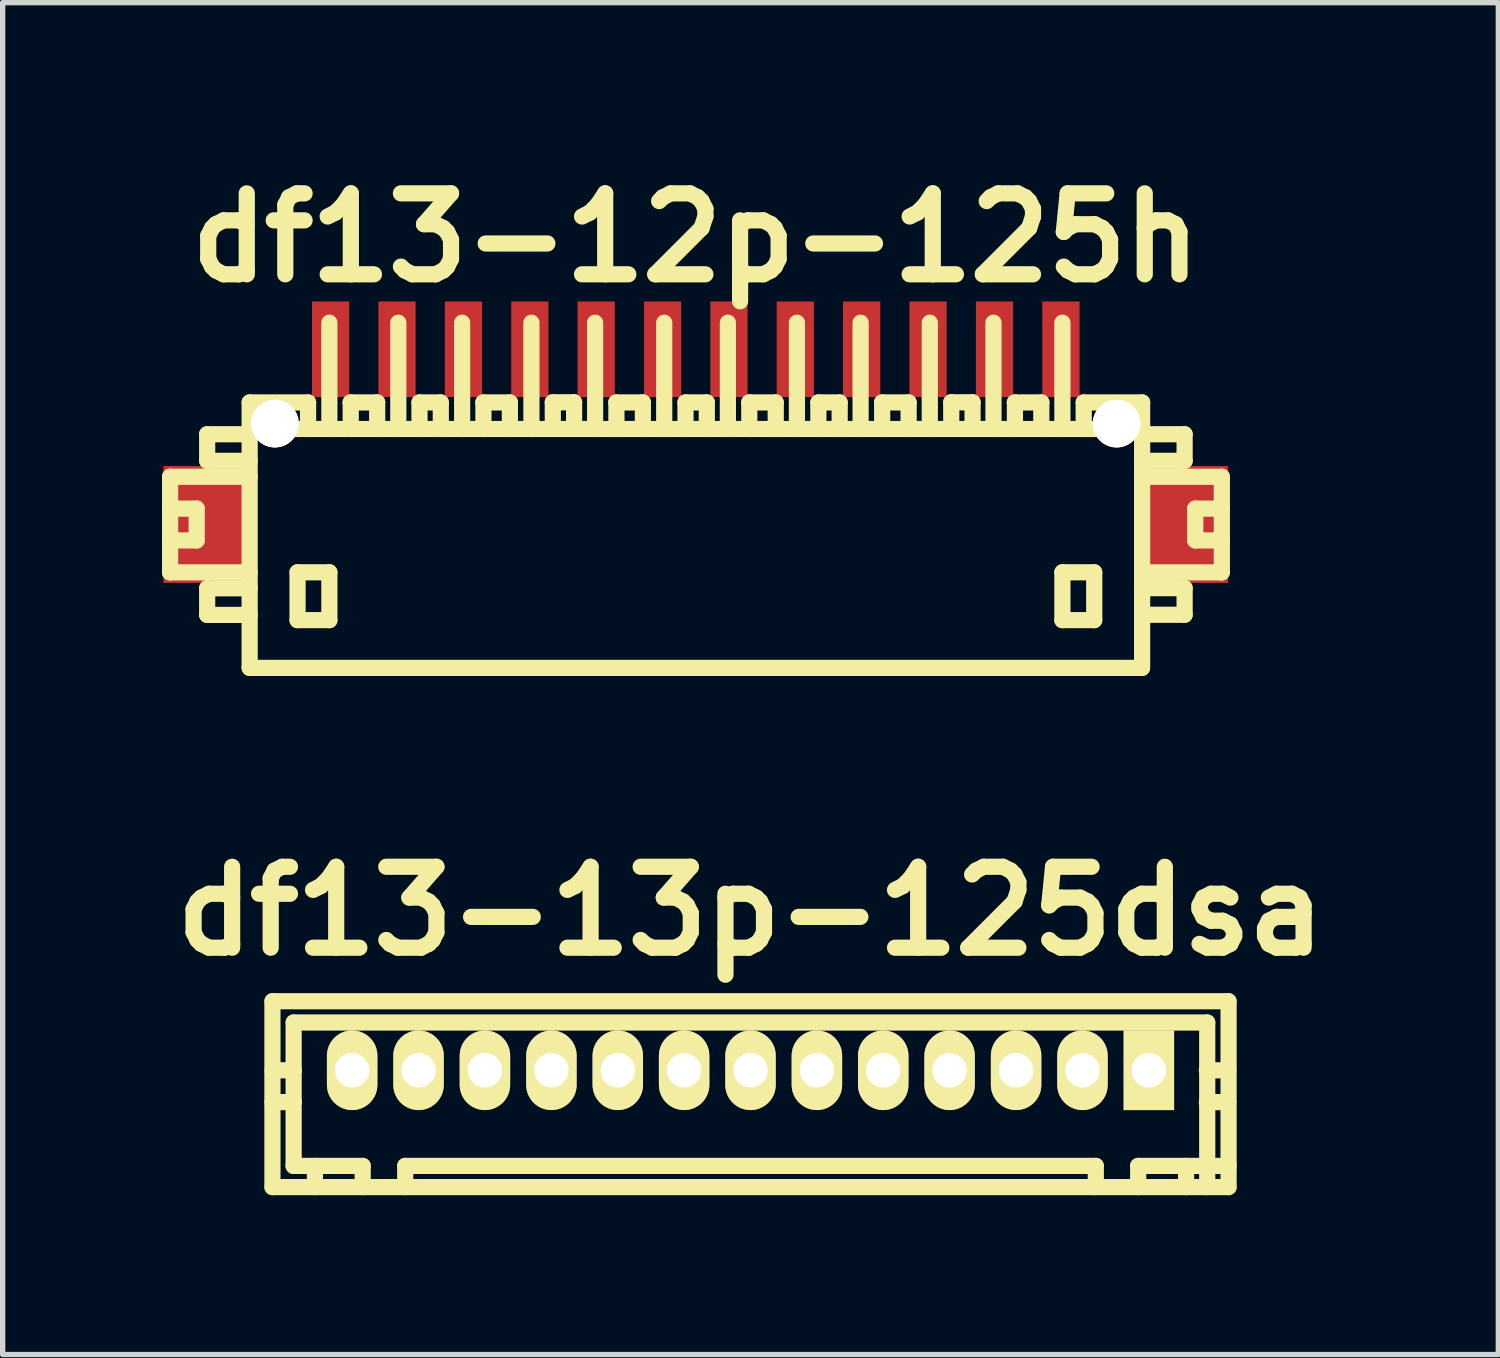
<source format=kicad_pcb>
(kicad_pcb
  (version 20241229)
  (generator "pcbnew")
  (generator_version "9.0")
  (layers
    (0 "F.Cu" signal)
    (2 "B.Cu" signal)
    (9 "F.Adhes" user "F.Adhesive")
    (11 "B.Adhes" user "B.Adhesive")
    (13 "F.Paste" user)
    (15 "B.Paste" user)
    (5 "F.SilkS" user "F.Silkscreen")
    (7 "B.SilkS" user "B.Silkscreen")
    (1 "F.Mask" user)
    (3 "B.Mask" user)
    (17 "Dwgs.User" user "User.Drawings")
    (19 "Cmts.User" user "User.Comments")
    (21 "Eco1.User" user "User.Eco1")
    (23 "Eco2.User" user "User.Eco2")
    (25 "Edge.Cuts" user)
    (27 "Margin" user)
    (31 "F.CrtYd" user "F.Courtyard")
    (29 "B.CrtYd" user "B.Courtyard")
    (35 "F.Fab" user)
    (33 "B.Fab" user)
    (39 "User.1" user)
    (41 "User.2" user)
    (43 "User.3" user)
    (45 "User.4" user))
  (footprint "df13-13p-125dsa"
    (layer "F.Cu")
    (at 11.082 17.103)
    (property "Reference" "df13-13p-125dsa" (at 0 -2.997 0) (layer "F.SilkS") (effects (font (size 1.524 1.524) (thickness 0.305))))
    (attr through_hole)
    (fp_line (start -9.002 2.2) (end -9.002 -1.3) (stroke (width 0.305) (type solid)) (layer "F.SilkS"))
    (fp_line (start -8.999 -1.3) (end 8.999 -1.3) (stroke (width 0.305) (type solid)) (layer "F.SilkS"))
    (fp_line (start -8.999 2.2) (end 8.999 2.2) (stroke (width 0.305) (type solid)) (layer "F.SilkS"))
    (fp_line (start -8.603 -0.899) (end -8.603 1.801) (stroke (width 0.305) (type solid)) (layer "F.SilkS"))
    (fp_line (start -8.598 0) (end -8.999 0) (stroke (width 0.305) (type solid)) (layer "F.SilkS"))
    (fp_line (start -8.598 0.599) (end -8.999 0.599) (stroke (width 0.305) (type solid)) (layer "F.SilkS"))
    (fp_line (start -8.202 1.801) (end -8.202 2.2) (stroke (width 0.305) (type solid)) (layer "F.SilkS"))
    (fp_line (start -7.6 -0.099) (end -7.6 0.099) (stroke (width 0.305) (type solid)) (layer "F.SilkS"))
    (fp_line (start -7.6 0.099) (end -7.399 0.099) (stroke (width 0.305) (type solid)) (layer "F.SilkS"))
    (fp_line (start -7.399 -0.099) (end -7.6 -0.099) (stroke (width 0.305) (type solid)) (layer "F.SilkS"))
    (fp_line (start -7.399 0.099) (end -7.399 -0.099) (stroke (width 0.305) (type solid)) (layer "F.SilkS"))
    (fp_line (start -7.303 1.801) (end -8.603 1.801) (stroke (width 0.305) (type solid)) (layer "F.SilkS"))
    (fp_line (start -7.303 1.801) (end -7.303 2.2) (stroke (width 0.305) (type solid)) (layer "F.SilkS"))
    (fp_line (start -6.502 2.2) (end -6.502 1.801) (stroke (width 0.305) (type solid)) (layer "F.SilkS"))
    (fp_line (start -6.299 -0.099) (end -6.299 0.099) (stroke (width 0.305) (type solid)) (layer "F.SilkS"))
    (fp_line (start -6.299 0.099) (end -6.101 0.099) (stroke (width 0.305) (type solid)) (layer "F.SilkS"))
    (fp_line (start -6.101 -0.099) (end -6.299 -0.099) (stroke (width 0.305) (type solid)) (layer "F.SilkS"))
    (fp_line (start -6.101 0.099) (end -6.101 -0.099) (stroke (width 0.305) (type solid)) (layer "F.SilkS"))
    (fp_line (start -5.1 -0.099) (end -5.1 0.099) (stroke (width 0.305) (type solid)) (layer "F.SilkS"))
    (fp_line (start -5.1 0.099) (end -4.9 0.099) (stroke (width 0.305) (type solid)) (layer "F.SilkS"))
    (fp_line (start -4.9 -0.099) (end -5.1 -0.099) (stroke (width 0.305) (type solid)) (layer "F.SilkS"))
    (fp_line (start -4.9 0.099) (end -4.9 -0.099) (stroke (width 0.305) (type solid)) (layer "F.SilkS"))
    (fp_line (start -3.8 -0.099) (end -3.8 0.099) (stroke (width 0.305) (type solid)) (layer "F.SilkS"))
    (fp_line (start -3.8 0.099) (end -3.599 0.099) (stroke (width 0.305) (type solid)) (layer "F.SilkS"))
    (fp_line (start -3.599 -0.099) (end -3.8 -0.099) (stroke (width 0.305) (type solid)) (layer "F.SilkS"))
    (fp_line (start -3.599 0.099) (end -3.599 -0.099) (stroke (width 0.305) (type solid)) (layer "F.SilkS"))
    (fp_line (start -2.601 -0.099) (end -2.601 0.099) (stroke (width 0.305) (type solid)) (layer "F.SilkS"))
    (fp_line (start -2.601 0.099) (end -2.4 0.099) (stroke (width 0.305) (type solid)) (layer "F.SilkS"))
    (fp_line (start -2.4 -0.099) (end -2.601 -0.099) (stroke (width 0.305) (type solid)) (layer "F.SilkS"))
    (fp_line (start -2.4 0.099) (end -2.4 -0.099) (stroke (width 0.305) (type solid)) (layer "F.SilkS"))
    (fp_line (start -1.3 -0.099) (end -1.3 0.099) (stroke (width 0.305) (type solid)) (layer "F.SilkS"))
    (fp_line (start -1.3 0.099) (end -1.1 0.099) (stroke (width 0.305) (type solid)) (layer "F.SilkS"))
    (fp_line (start -1.1 -0.099) (end -1.3 -0.099) (stroke (width 0.305) (type solid)) (layer "F.SilkS"))
    (fp_line (start -1.1 0.099) (end -1.1 -0.099) (stroke (width 0.305) (type solid)) (layer "F.SilkS"))
    (fp_line (start -0.099 -0.099) (end 0.099 -0.099) (stroke (width 0.305) (type solid)) (layer "F.SilkS"))
    (fp_line (start -0.099 0.099) (end -0.099 -0.099) (stroke (width 0.305) (type solid)) (layer "F.SilkS"))
    (fp_line (start 0.099 -0.099) (end 0.099 0.099) (stroke (width 0.305) (type solid)) (layer "F.SilkS"))
    (fp_line (start 0.099 0.099) (end -0.099 0.099) (stroke (width 0.305) (type solid)) (layer "F.SilkS"))
    (fp_line (start 1.1 -0.099) (end 1.3 -0.099) (stroke (width 0.305) (type solid)) (layer "F.SilkS"))
    (fp_line (start 1.1 0.099) (end 1.1 -0.099) (stroke (width 0.305) (type solid)) (layer "F.SilkS"))
    (fp_line (start 1.3 -0.099) (end 1.3 0.099) (stroke (width 0.305) (type solid)) (layer "F.SilkS"))
    (fp_line (start 1.3 0.099) (end 1.1 0.099) (stroke (width 0.305) (type solid)) (layer "F.SilkS"))
    (fp_line (start 2.4 -0.099) (end 2.601 -0.099) (stroke (width 0.305) (type solid)) (layer "F.SilkS"))
    (fp_line (start 2.4 0.099) (end 2.4 -0.099) (stroke (width 0.305) (type solid)) (layer "F.SilkS"))
    (fp_line (start 2.601 -0.099) (end 2.601 0.099) (stroke (width 0.305) (type solid)) (layer "F.SilkS"))
    (fp_line (start 2.601 0.099) (end 2.4 0.099) (stroke (width 0.305) (type solid)) (layer "F.SilkS"))
    (fp_line (start 3.599 -0.099) (end 3.8 -0.099) (stroke (width 0.305) (type solid)) (layer "F.SilkS"))
    (fp_line (start 3.599 0.099) (end 3.599 -0.099) (stroke (width 0.305) (type solid)) (layer "F.SilkS"))
    (fp_line (start 3.8 -0.099) (end 3.8 0.099) (stroke (width 0.305) (type solid)) (layer "F.SilkS"))
    (fp_line (start 3.8 0.099) (end 3.599 0.099) (stroke (width 0.305) (type solid)) (layer "F.SilkS"))
    (fp_line (start 4.9 -0.099) (end 5.1 -0.099) (stroke (width 0.305) (type solid)) (layer "F.SilkS"))
    (fp_line (start 4.9 0.099) (end 4.9 -0.099) (stroke (width 0.305) (type solid)) (layer "F.SilkS"))
    (fp_line (start 5.1 -0.099) (end 5.1 0.099) (stroke (width 0.305) (type solid)) (layer "F.SilkS"))
    (fp_line (start 5.1 0.099) (end 4.9 0.099) (stroke (width 0.305) (type solid)) (layer "F.SilkS"))
    (fp_line (start 6.101 -0.099) (end 6.299 -0.099) (stroke (width 0.305) (type solid)) (layer "F.SilkS"))
    (fp_line (start 6.101 0.099) (end 6.101 -0.099) (stroke (width 0.305) (type solid)) (layer "F.SilkS"))
    (fp_line (start 6.299 -0.099) (end 6.299 0.099) (stroke (width 0.305) (type solid)) (layer "F.SilkS"))
    (fp_line (start 6.299 0.099) (end 6.101 0.099) (stroke (width 0.305) (type solid)) (layer "F.SilkS"))
    (fp_line (start 6.5 1.801) (end -6.5 1.801) (stroke (width 0.305) (type solid)) (layer "F.SilkS"))
    (fp_line (start 6.502 2.2) (end 6.502 1.801) (stroke (width 0.305) (type solid)) (layer "F.SilkS"))
    (fp_line (start 7.3 1.801) (end 7.3 2.2) (stroke (width 0.305) (type solid)) (layer "F.SilkS"))
    (fp_line (start 7.3 1.801) (end 9.002 1.801) (stroke (width 0.305) (type solid)) (layer "F.SilkS"))
    (fp_line (start 7.399 -0.099) (end 7.6 -0.099) (stroke (width 0.305) (type solid)) (layer "F.SilkS"))
    (fp_line (start 7.399 0.099) (end 7.399 -0.099) (stroke (width 0.305) (type solid)) (layer "F.SilkS"))
    (fp_line (start 7.6 -0.099) (end 7.6 0.099) (stroke (width 0.305) (type solid)) (layer "F.SilkS"))
    (fp_line (start 7.6 0.099) (end 7.399 0.099) (stroke (width 0.305) (type solid)) (layer "F.SilkS"))
    (fp_line (start 8.202 1.801) (end 8.202 2.2) (stroke (width 0.305) (type solid)) (layer "F.SilkS"))
    (fp_line (start 8.593 0) (end 8.994 0) (stroke (width 0.305) (type solid)) (layer "F.SilkS"))
    (fp_line (start 8.6 -0.899) (end -8.6 -0.899) (stroke (width 0.305) (type solid)) (layer "F.SilkS"))
    (fp_line (start 8.6 -0.899) (end 8.6 2.2) (stroke (width 0.305) (type solid)) (layer "F.SilkS"))
    (fp_line (start 8.994 0.599) (end 8.593 0.599) (stroke (width 0.305) (type solid)) (layer "F.SilkS"))
    (fp_line (start 9.002 -1.3) (end 9.002 2.2) (stroke (width 0.305) (type solid)) (layer "F.SilkS"))
    (pad "1" thru_hole rect (at 7.501 0) (size 0.95 1.499) (drill 0.648) (layers "*.Cu" "*.Mask" "F.SilkS"))
    (pad "2" thru_hole oval (at 6.251 0) (size 0.95 1.499) (drill 0.648) (layers "*.Cu" "*.Mask" "F.SilkS"))
    (pad "3" thru_hole oval (at 5.001 0) (size 0.95 1.499) (drill 0.648) (layers "*.Cu" "*.Mask" "F.SilkS"))
    (pad "4" thru_hole oval (at 3.749 0) (size 0.95 1.499) (drill 0.648) (layers "*.Cu" "*.Mask" "F.SilkS"))
    (pad "5" thru_hole oval (at 2.499 0) (size 0.95 1.499) (drill 0.648) (layers "*.Cu" "*.Mask" "F.SilkS"))
    (pad "6" thru_hole oval (at 1.25 0) (size 0.95 1.499) (drill 0.648) (layers "*.Cu" "*.Mask" "F.SilkS"))
    (pad "7" thru_hole oval (at 0 0) (size 0.95 1.499) (drill 0.648) (layers "*.Cu" "*.Mask" "F.SilkS"))
    (pad "8" thru_hole oval (at -1.25 0) (size 0.95 1.499) (drill 0.648) (layers "*.Cu" "*.Mask" "F.SilkS"))
    (pad "9" thru_hole oval (at -2.499 0) (size 0.95 1.499) (drill 0.648) (layers "*.Cu" "*.Mask" "F.SilkS"))
    (pad "10" thru_hole oval (at -3.749 0) (size 0.95 1.499) (drill 0.648) (layers "*.Cu" "*.Mask" "F.SilkS"))
    (pad "11" thru_hole oval (at -5.001 0) (size 0.95 1.499) (drill 0.648) (layers "*.Cu" "*.Mask" "F.SilkS"))
    (pad "12" thru_hole oval (at -6.251 0) (size 0.95 1.499) (drill 0.648) (layers "*.Cu" "*.Mask" "F.SilkS"))
    (pad "13" thru_hole oval (at -7.501 0) (size 0.95 1.499) (drill 0.648) (layers "*.Cu" "*.Mask" "F.SilkS")))
  (footprint "df13-12p-125h"
    (layer "F.Cu")
    (at 10.051 7.027)
    (property "Reference" "df13-12p-125h" (at 0 -5.601 0) (layer "F.SilkS") (effects (font (size 1.524 1.524) (thickness 0.305))))
    (attr through_hole)
    (fp_line (start -9.898 -1.1) (end -9.898 0.701) (stroke (width 0.305) (type solid)) (layer "F.SilkS"))
    (fp_line (start -9.898 0.701) (end -8.4 0.701) (stroke (width 0.305) (type solid)) (layer "F.SilkS"))
    (fp_line (start -9.398 -0.5) (end -9.898 -0.5) (stroke (width 0.305) (type solid)) (layer "F.SilkS"))
    (fp_line (start -9.398 0.099) (end -9.898 0.099) (stroke (width 0.305) (type solid)) (layer "F.SilkS"))
    (fp_line (start -9.398 0.099) (end -9.398 -0.5) (stroke (width 0.305) (type solid)) (layer "F.SilkS"))
    (fp_line (start -9.2 -1.9) (end -9.2 -1.4) (stroke (width 0.305) (type solid)) (layer "F.SilkS"))
    (fp_line (start -9.2 -1.9) (end -8.4 -1.9) (stroke (width 0.305) (type solid)) (layer "F.SilkS"))
    (fp_line (start -9.2 1.001) (end -9.2 1.501) (stroke (width 0.305) (type solid)) (layer "F.SilkS"))
    (fp_line (start -9.2 1.501) (end -8.4 1.501) (stroke (width 0.305) (type solid)) (layer "F.SilkS"))
    (fp_line (start -8.4 -1.4) (end -9.2 -1.4) (stroke (width 0.305) (type solid)) (layer "F.SilkS"))
    (fp_line (start -8.4 -1.1) (end -9.898 -1.1) (stroke (width 0.305) (type solid)) (layer "F.SilkS"))
    (fp_line (start -8.4 1.001) (end -9.2 1.001) (stroke (width 0.305) (type solid)) (layer "F.SilkS"))
    (fp_line (start -8.4 2.499) (end -8.4 -2.499) (stroke (width 0.305) (type solid)) (layer "F.SilkS"))
    (fp_line (start -7.498 0.699) (end -7.498 1.6) (stroke (width 0.305) (type solid)) (layer "F.SilkS"))
    (fp_line (start -7.498 1.6) (end -6.899 1.6) (stroke (width 0.305) (type solid)) (layer "F.SilkS"))
    (fp_line (start -7.3 -2.499) (end -8.4 -2.499) (stroke (width 0.305) (type solid)) (layer "F.SilkS"))
    (fp_line (start -7.3 -2.499) (end -7.3 -1.999) (stroke (width 0.305) (type solid)) (layer "F.SilkS"))
    (fp_line (start -6.899 -4) (end -6.899 -1.999) (stroke (width 0.305) (type solid)) (layer "F.SilkS"))
    (fp_line (start -6.899 0.699) (end -7.498 0.699) (stroke (width 0.305) (type solid)) (layer "F.SilkS"))
    (fp_line (start -6.899 1.6) (end -6.899 0.699) (stroke (width 0.305) (type solid)) (layer "F.SilkS"))
    (fp_line (start -6.5 -2.499) (end -5.999 -2.499) (stroke (width 0.305) (type solid)) (layer "F.SilkS"))
    (fp_line (start -6.497 -1.999) (end -6.497 -2.499) (stroke (width 0.305) (type solid)) (layer "F.SilkS"))
    (fp_line (start -5.999 -2.499) (end -5.999 -1.999) (stroke (width 0.305) (type solid)) (layer "F.SilkS"))
    (fp_line (start -5.601 -1.999) (end -5.601 -4) (stroke (width 0.305) (type solid)) (layer "F.SilkS"))
    (fp_line (start -5.202 -2.499) (end -5.202 -1.999) (stroke (width 0.305) (type solid)) (layer "F.SilkS"))
    (fp_line (start -4.801 -2.499) (end -5.202 -2.499) (stroke (width 0.305) (type solid)) (layer "F.SilkS"))
    (fp_line (start -4.801 -2.499) (end -4.801 -1.999) (stroke (width 0.305) (type solid)) (layer "F.SilkS"))
    (fp_line (start -4.399 -1.999) (end -4.399 -4) (stroke (width 0.305) (type solid)) (layer "F.SilkS"))
    (fp_line (start -4 -2.499) (end -3.5 -2.499) (stroke (width 0.305) (type solid)) (layer "F.SilkS"))
    (fp_line (start -3.998 -1.999) (end -3.998 -2.499) (stroke (width 0.305) (type solid)) (layer "F.SilkS"))
    (fp_line (start -3.5 -2.499) (end -3.5 -1.999) (stroke (width 0.305) (type solid)) (layer "F.SilkS"))
    (fp_line (start -3.094 -1.999) (end -3.094 -4) (stroke (width 0.305) (type solid)) (layer "F.SilkS"))
    (fp_line (start -2.692 -2.502) (end -2.692 -2.002) (stroke (width 0.305) (type solid)) (layer "F.SilkS"))
    (fp_line (start -2.291 -2.502) (end -2.692 -2.502) (stroke (width 0.305) (type solid)) (layer "F.SilkS"))
    (fp_line (start -2.291 -2.502) (end -2.291 -2.002) (stroke (width 0.305) (type solid)) (layer "F.SilkS"))
    (fp_line (start -1.895 -1.999) (end -1.895 -4) (stroke (width 0.305) (type solid)) (layer "F.SilkS"))
    (fp_line (start -1.496 -2.499) (end -0.996 -2.499) (stroke (width 0.305) (type solid)) (layer "F.SilkS"))
    (fp_line (start -1.494 -1.999) (end -1.494 -2.499) (stroke (width 0.305) (type solid)) (layer "F.SilkS"))
    (fp_line (start -0.996 -2.499) (end -0.996 -1.999) (stroke (width 0.305) (type solid)) (layer "F.SilkS"))
    (fp_line (start -0.594 -1.999) (end -0.594 -4) (stroke (width 0.305) (type solid)) (layer "F.SilkS"))
    (fp_line (start -0.193 -2.499) (end -0.193 -1.999) (stroke (width 0.305) (type solid)) (layer "F.SilkS"))
    (fp_line (start 0.208 -2.499) (end -0.193 -2.499) (stroke (width 0.305) (type solid)) (layer "F.SilkS"))
    (fp_line (start 0.208 -2.499) (end 0.208 -1.999) (stroke (width 0.305) (type solid)) (layer "F.SilkS"))
    (fp_line (start 0.605 -1.999) (end 0.605 -4) (stroke (width 0.305) (type solid)) (layer "F.SilkS"))
    (fp_line (start 1.006 -2.499) (end 1.506 -2.499) (stroke (width 0.305) (type solid)) (layer "F.SilkS"))
    (fp_line (start 1.008 -1.999) (end 1.008 -2.499) (stroke (width 0.305) (type solid)) (layer "F.SilkS"))
    (fp_line (start 1.506 -2.499) (end 1.506 -1.999) (stroke (width 0.305) (type solid)) (layer "F.SilkS"))
    (fp_line (start 1.905 -1.999) (end 1.905 -4) (stroke (width 0.305) (type solid)) (layer "F.SilkS"))
    (fp_line (start 2.309 -2.499) (end 2.309 -1.999) (stroke (width 0.305) (type solid)) (layer "F.SilkS"))
    (fp_line (start 2.71 -2.499) (end 2.309 -2.499) (stroke (width 0.305) (type solid)) (layer "F.SilkS"))
    (fp_line (start 2.71 -2.499) (end 2.71 -1.999) (stroke (width 0.305) (type solid)) (layer "F.SilkS"))
    (fp_line (start 3.104 -1.999) (end 3.104 -4) (stroke (width 0.305) (type solid)) (layer "F.SilkS"))
    (fp_line (start 3.508 -2.499) (end 4.008 -2.499) (stroke (width 0.305) (type solid)) (layer "F.SilkS"))
    (fp_line (start 3.51 -1.999) (end 3.51 -2.499) (stroke (width 0.305) (type solid)) (layer "F.SilkS"))
    (fp_line (start 4.008 -2.499) (end 4.008 -1.999) (stroke (width 0.305) (type solid)) (layer "F.SilkS"))
    (fp_line (start 4.407 -1.999) (end 4.407 -4) (stroke (width 0.305) (type solid)) (layer "F.SilkS"))
    (fp_line (start 4.811 -2.502) (end 4.811 -2.002) (stroke (width 0.305) (type solid)) (layer "F.SilkS"))
    (fp_line (start 5.212 -2.502) (end 4.811 -2.502) (stroke (width 0.305) (type solid)) (layer "F.SilkS"))
    (fp_line (start 5.212 -2.502) (end 5.212 -2.002) (stroke (width 0.305) (type solid)) (layer "F.SilkS"))
    (fp_line (start 5.606 -1.999) (end 5.606 -4) (stroke (width 0.305) (type solid)) (layer "F.SilkS"))
    (fp_line (start 6.007 -2.499) (end 6.507 -2.499) (stroke (width 0.305) (type solid)) (layer "F.SilkS"))
    (fp_line (start 6.01 -1.999) (end 6.01 -2.499) (stroke (width 0.305) (type solid)) (layer "F.SilkS"))
    (fp_line (start 6.507 -2.499) (end 6.507 -1.999) (stroke (width 0.305) (type solid)) (layer "F.SilkS"))
    (fp_line (start 6.904 -1.999) (end 6.904 -4) (stroke (width 0.305) (type solid)) (layer "F.SilkS"))
    (fp_line (start 6.904 0.699) (end 7.503 0.699) (stroke (width 0.305) (type solid)) (layer "F.SilkS"))
    (fp_line (start 6.904 1.6) (end 6.904 0.699) (stroke (width 0.305) (type solid)) (layer "F.SilkS"))
    (fp_line (start 7.305 -2.499) (end 7.305 -1.999) (stroke (width 0.305) (type solid)) (layer "F.SilkS"))
    (fp_line (start 7.503 0.699) (end 7.503 1.6) (stroke (width 0.305) (type solid)) (layer "F.SilkS"))
    (fp_line (start 7.503 1.6) (end 6.904 1.6) (stroke (width 0.305) (type solid)) (layer "F.SilkS"))
    (fp_line (start 8.4 -1.999) (end -8.4 -1.999) (stroke (width 0.305) (type solid)) (layer "F.SilkS"))
    (fp_line (start 8.4 2.499) (end -8.4 2.499) (stroke (width 0.305) (type solid)) (layer "F.SilkS"))
    (fp_line (start 8.405 -2.499) (end 7.305 -2.499) (stroke (width 0.305) (type solid)) (layer "F.SilkS"))
    (fp_line (start 8.405 -2.499) (end 8.405 2.499) (stroke (width 0.305) (type solid)) (layer "F.SilkS"))
    (fp_line (start 8.405 -1.9) (end 9.205 -1.9) (stroke (width 0.305) (type solid)) (layer "F.SilkS"))
    (fp_line (start 8.405 0.998) (end 9.205 0.998) (stroke (width 0.305) (type solid)) (layer "F.SilkS"))
    (fp_line (start 9.205 -1.9) (end 9.205 -1.4) (stroke (width 0.305) (type solid)) (layer "F.SilkS"))
    (fp_line (start 9.205 -1.4) (end 8.405 -1.4) (stroke (width 0.305) (type solid)) (layer "F.SilkS"))
    (fp_line (start 9.205 0.998) (end 9.205 1.499) (stroke (width 0.305) (type solid)) (layer "F.SilkS"))
    (fp_line (start 9.205 1.499) (end 8.405 1.499) (stroke (width 0.305) (type solid)) (layer "F.SilkS"))
    (fp_line (start 9.406 0.099) (end 9.406 -0.5) (stroke (width 0.305) (type solid)) (layer "F.SilkS"))
    (fp_line (start 9.903 -1.1) (end 8.405 -1.1) (stroke (width 0.305) (type solid)) (layer "F.SilkS"))
    (fp_line (start 9.903 0.701) (end 8.504 0.701) (stroke (width 0.305) (type solid)) (layer "F.SilkS"))
    (fp_line (start 9.906 -1.1) (end 9.906 0.701) (stroke (width 0.305) (type solid)) (layer "F.SilkS"))
    (fp_line (start 9.906 -0.5) (end 9.406 -0.5) (stroke (width 0.305) (type solid)) (layer "F.SilkS"))
    (fp_line (start 9.906 0.099) (end 9.406 0.099) (stroke (width 0.305) (type solid)) (layer "F.SilkS"))
    (pad "" smd rect (at -9.225 -0.201) (size 1.6 2.2) (layers "F.Cu" "F.Mask" "F.Paste"))
    (pad "" np_thru_hole circle (at -7.925 -2.101) (size 0.899 0.899) (drill 0.899) (layers "*.Cu" "*.Mask" "F.SilkS"))
    (pad "" np_thru_hole circle (at 7.925 -2.101) (size 0.899 0.899) (drill 0.899) (layers "*.Cu" "*.Mask" "F.SilkS"))
    (pad "" smd rect (at 9.225 -0.201) (size 1.6 2.2) (layers "F.Cu" "F.Mask" "F.Paste"))
    (pad "1" smd rect (at 6.876 -3.5) (size 0.701 1.801) (layers "F.Cu" "F.Mask" "F.Paste"))
    (pad "2" smd rect (at 5.626 -3.5) (size 0.701 1.801) (layers "F.Cu" "F.Mask" "F.Paste"))
    (pad "3" smd rect (at 4.374 -3.5) (size 0.701 1.801) (layers "F.Cu" "F.Mask" "F.Paste"))
    (pad "4" smd rect (at 3.124 -3.5) (size 0.701 1.801) (layers "F.Cu" "F.Mask" "F.Paste"))
    (pad "5" smd rect (at 1.875 -3.5) (size 0.701 1.801) (layers "F.Cu" "F.Mask" "F.Paste"))
    (pad "6" smd rect (at 0.625 -3.5) (size 0.701 1.801) (layers "F.Cu" "F.Mask" "F.Paste"))
    (pad "7" smd rect (at -0.625 -3.5) (size 0.701 1.801) (layers "F.Cu" "F.Mask" "F.Paste"))
    (pad "8" smd rect (at -1.875 -3.5) (size 0.701 1.801) (layers "F.Cu" "F.Mask" "F.Paste"))
    (pad "9" smd rect (at -3.124 -3.5) (size 0.701 1.801) (layers "F.Cu" "F.Mask" "F.Paste"))
    (pad "10" smd rect (at -4.374 -3.5) (size 0.701 1.801) (layers "F.Cu" "F.Mask" "F.Paste"))
    (pad "11" smd rect (at -5.626 -3.5) (size 0.701 1.801) (layers "F.Cu" "F.Mask" "F.Paste"))
    (pad "12" smd rect (at -6.876 -3.5) (size 0.701 1.801) (layers "F.Cu" "F.Mask" "F.Paste")))
  (gr_rect
    (start -3 -3)
    (end 25.163 22.455)
    (stroke (width 0.1) (type default))
    (fill no)
    (layer "Edge.Cuts")))
</source>
